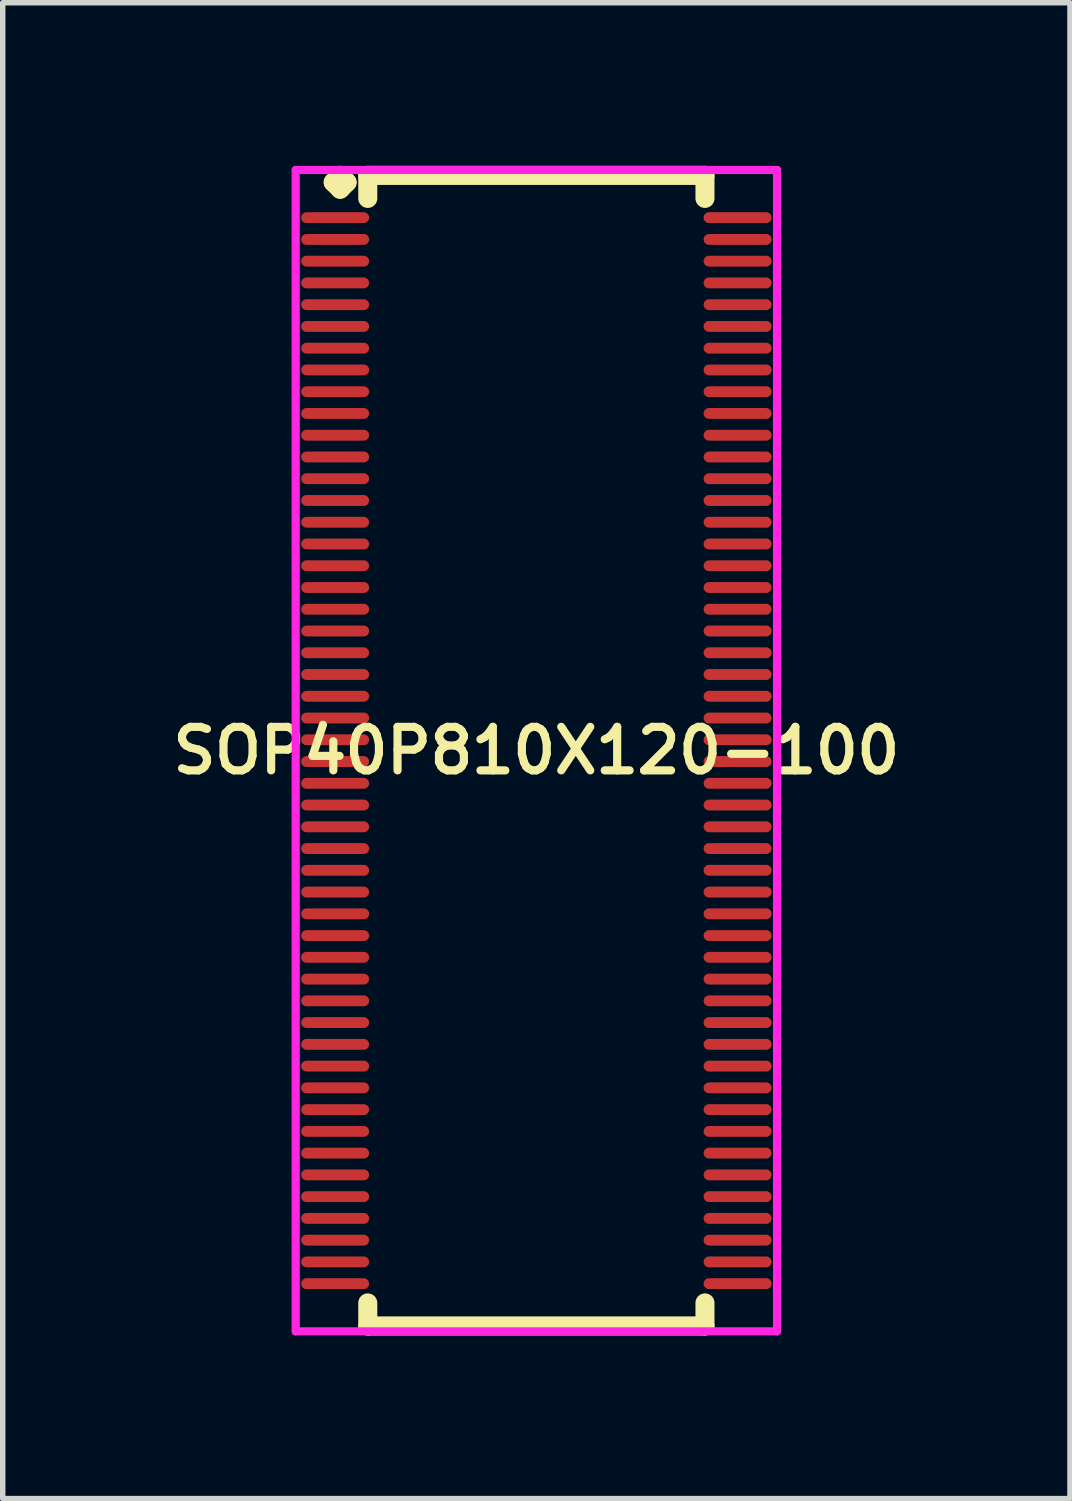
<source format=kicad_pcb>
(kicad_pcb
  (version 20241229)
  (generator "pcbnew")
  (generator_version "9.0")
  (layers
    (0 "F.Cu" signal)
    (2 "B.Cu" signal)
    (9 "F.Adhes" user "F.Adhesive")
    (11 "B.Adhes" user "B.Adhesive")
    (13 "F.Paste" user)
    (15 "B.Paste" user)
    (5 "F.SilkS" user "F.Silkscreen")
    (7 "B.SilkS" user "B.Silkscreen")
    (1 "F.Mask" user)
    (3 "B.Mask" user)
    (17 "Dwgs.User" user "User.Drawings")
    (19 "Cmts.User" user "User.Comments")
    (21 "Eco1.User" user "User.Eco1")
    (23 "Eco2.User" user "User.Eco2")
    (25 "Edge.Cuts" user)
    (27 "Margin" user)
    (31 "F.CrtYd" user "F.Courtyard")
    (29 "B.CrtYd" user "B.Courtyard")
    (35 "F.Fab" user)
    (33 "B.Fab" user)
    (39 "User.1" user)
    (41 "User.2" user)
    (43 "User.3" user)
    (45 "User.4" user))
  (footprint "SOP40P810X120-100"
    (layer "F.Cu")
    (at 6.812 10.752)
    (property "Reference" "SOP40P810X120-100" (at 0 0 0) (layer "F.SilkS") (effects (font (size 0.8 0.8) (thickness 0.15))))
    (attr smd)
    (fp_line (start -3.735 -10.45) (end -3.608 -10.577) (stroke (width 0.35) (type solid)) (layer "F.SilkS"))
    (fp_line (start -3.608 -10.577) (end -3.481 -10.45) (stroke (width 0.35) (type solid)) (layer "F.SilkS"))
    (fp_line (start -3.608 -10.323) (end -3.735 -10.45) (stroke (width 0.35) (type solid)) (layer "F.SilkS"))
    (fp_line (start -3.481 -10.45) (end -3.608 -10.323) (stroke (width 0.35) (type solid)) (layer "F.SilkS"))
    (fp_line (start -3.1 -10.577) (end 3.1 -10.577) (stroke (width 0.35) (type solid)) (layer "F.SilkS"))
    (fp_line (start -3.1 -10.154) (end -3.1 -10.577) (stroke (width 0.35) (type solid)) (layer "F.SilkS"))
    (fp_line (start -3.1 10.154) (end -3.1 10.577) (stroke (width 0.35) (type solid)) (layer "F.SilkS"))
    (fp_line (start -3.1 10.577) (end 3.1 10.577) (stroke (width 0.35) (type solid)) (layer "F.SilkS"))
    (fp_line (start 3.1 -10.577) (end 3.1 -10.154) (stroke (width 0.35) (type solid)) (layer "F.SilkS"))
    (fp_line (start 3.1 10.577) (end 3.1 10.154) (stroke (width 0.35) (type solid)) (layer "F.SilkS"))
    (fp_line (start -4.425 -10.677) (end 4.425 -10.677) (stroke (width 0.15) (type solid)) (layer "F.CrtYd"))
    (fp_line (start -4.425 10.677) (end -4.425 -10.677) (stroke (width 0.15) (type solid)) (layer "F.CrtYd"))
    (fp_line (start 4.425 -10.677) (end 4.425 10.677) (stroke (width 0.15) (type solid)) (layer "F.CrtYd"))
    (fp_line (start 4.425 10.677) (end -4.425 10.677) (stroke (width 0.15) (type solid)) (layer "F.CrtYd"))
    (pad "1" smd oval (at -3.7 -9.8) (size 1.25 0.2) (layers "F.Cu" "F.Mask" "F.Paste"))
    (pad "2" smd oval (at -3.7 -9.4) (size 1.25 0.2) (layers "F.Cu" "F.Mask" "F.Paste"))
    (pad "3" smd oval (at -3.7 -9) (size 1.25 0.2) (layers "F.Cu" "F.Mask" "F.Paste"))
    (pad "4" smd oval (at -3.7 -8.6) (size 1.25 0.2) (layers "F.Cu" "F.Mask" "F.Paste"))
    (pad "5" smd oval (at -3.7 -8.2) (size 1.25 0.2) (layers "F.Cu" "F.Mask" "F.Paste"))
    (pad "6" smd oval (at -3.7 -7.8) (size 1.25 0.2) (layers "F.Cu" "F.Mask" "F.Paste"))
    (pad "7" smd oval (at -3.7 -7.4) (size 1.25 0.2) (layers "F.Cu" "F.Mask" "F.Paste"))
    (pad "8" smd oval (at -3.7 -7) (size 1.25 0.2) (layers "F.Cu" "F.Mask" "F.Paste"))
    (pad "9" smd oval (at -3.7 -6.6) (size 1.25 0.2) (layers "F.Cu" "F.Mask" "F.Paste"))
    (pad "10" smd oval (at -3.7 -6.2) (size 1.25 0.2) (layers "F.Cu" "F.Mask" "F.Paste"))
    (pad "11" smd oval (at -3.7 -5.8) (size 1.25 0.2) (layers "F.Cu" "F.Mask" "F.Paste"))
    (pad "12" smd oval (at -3.7 -5.4) (size 1.25 0.2) (layers "F.Cu" "F.Mask" "F.Paste"))
    (pad "13" smd oval (at -3.7 -5) (size 1.25 0.2) (layers "F.Cu" "F.Mask" "F.Paste"))
    (pad "14" smd oval (at -3.7 -4.6) (size 1.25 0.2) (layers "F.Cu" "F.Mask" "F.Paste"))
    (pad "15" smd oval (at -3.7 -4.2) (size 1.25 0.2) (layers "F.Cu" "F.Mask" "F.Paste"))
    (pad "16" smd oval (at -3.7 -3.8) (size 1.25 0.2) (layers "F.Cu" "F.Mask" "F.Paste"))
    (pad "17" smd oval (at -3.7 -3.4) (size 1.25 0.2) (layers "F.Cu" "F.Mask" "F.Paste"))
    (pad "18" smd oval (at -3.7 -3) (size 1.25 0.2) (layers "F.Cu" "F.Mask" "F.Paste"))
    (pad "19" smd oval (at -3.7 -2.6) (size 1.25 0.2) (layers "F.Cu" "F.Mask" "F.Paste"))
    (pad "20" smd oval (at -3.7 -2.2) (size 1.25 0.2) (layers "F.Cu" "F.Mask" "F.Paste"))
    (pad "21" smd oval (at -3.7 -1.8) (size 1.25 0.2) (layers "F.Cu" "F.Mask" "F.Paste"))
    (pad "22" smd oval (at -3.7 -1.4) (size 1.25 0.2) (layers "F.Cu" "F.Mask" "F.Paste"))
    (pad "23" smd oval (at -3.7 -1) (size 1.25 0.2) (layers "F.Cu" "F.Mask" "F.Paste"))
    (pad "24" smd oval (at -3.7 -0.6) (size 1.25 0.2) (layers "F.Cu" "F.Mask" "F.Paste"))
    (pad "25" smd oval (at -3.7 -0.2) (size 1.25 0.2) (layers "F.Cu" "F.Mask" "F.Paste"))
    (pad "26" smd oval (at -3.7 0.2) (size 1.25 0.2) (layers "F.Cu" "F.Mask" "F.Paste"))
    (pad "27" smd oval (at -3.7 0.6) (size 1.25 0.2) (layers "F.Cu" "F.Mask" "F.Paste"))
    (pad "28" smd oval (at -3.7 1) (size 1.25 0.2) (layers "F.Cu" "F.Mask" "F.Paste"))
    (pad "29" smd oval (at -3.7 1.4) (size 1.25 0.2) (layers "F.Cu" "F.Mask" "F.Paste"))
    (pad "30" smd oval (at -3.7 1.8) (size 1.25 0.2) (layers "F.Cu" "F.Mask" "F.Paste"))
    (pad "31" smd oval (at -3.7 2.2) (size 1.25 0.2) (layers "F.Cu" "F.Mask" "F.Paste"))
    (pad "32" smd oval (at -3.7 2.6) (size 1.25 0.2) (layers "F.Cu" "F.Mask" "F.Paste"))
    (pad "33" smd oval (at -3.7 3) (size 1.25 0.2) (layers "F.Cu" "F.Mask" "F.Paste"))
    (pad "34" smd oval (at -3.7 3.4) (size 1.25 0.2) (layers "F.Cu" "F.Mask" "F.Paste"))
    (pad "35" smd oval (at -3.7 3.8) (size 1.25 0.2) (layers "F.Cu" "F.Mask" "F.Paste"))
    (pad "36" smd oval (at -3.7 4.2) (size 1.25 0.2) (layers "F.Cu" "F.Mask" "F.Paste"))
    (pad "37" smd oval (at -3.7 4.6) (size 1.25 0.2) (layers "F.Cu" "F.Mask" "F.Paste"))
    (pad "38" smd oval (at -3.7 5) (size 1.25 0.2) (layers "F.Cu" "F.Mask" "F.Paste"))
    (pad "39" smd oval (at -3.7 5.4) (size 1.25 0.2) (layers "F.Cu" "F.Mask" "F.Paste"))
    (pad "40" smd oval (at -3.7 5.8) (size 1.25 0.2) (layers "F.Cu" "F.Mask" "F.Paste"))
    (pad "41" smd oval (at -3.7 6.2) (size 1.25 0.2) (layers "F.Cu" "F.Mask" "F.Paste"))
    (pad "42" smd oval (at -3.7 6.6) (size 1.25 0.2) (layers "F.Cu" "F.Mask" "F.Paste"))
    (pad "43" smd oval (at -3.7 7) (size 1.25 0.2) (layers "F.Cu" "F.Mask" "F.Paste"))
    (pad "44" smd oval (at -3.7 7.4) (size 1.25 0.2) (layers "F.Cu" "F.Mask" "F.Paste"))
    (pad "45" smd oval (at -3.7 7.8) (size 1.25 0.2) (layers "F.Cu" "F.Mask" "F.Paste"))
    (pad "46" smd oval (at -3.7 8.2) (size 1.25 0.2) (layers "F.Cu" "F.Mask" "F.Paste"))
    (pad "47" smd oval (at -3.7 8.6) (size 1.25 0.2) (layers "F.Cu" "F.Mask" "F.Paste"))
    (pad "48" smd oval (at -3.7 9) (size 1.25 0.2) (layers "F.Cu" "F.Mask" "F.Paste"))
    (pad "49" smd oval (at -3.7 9.4) (size 1.25 0.2) (layers "F.Cu" "F.Mask" "F.Paste"))
    (pad "50" smd oval (at -3.7 9.8) (size 1.25 0.2) (layers "F.Cu" "F.Mask" "F.Paste"))
    (pad "51" smd oval (at 3.7 9.8) (size 1.25 0.2) (layers "F.Cu" "F.Mask" "F.Paste"))
    (pad "52" smd oval (at 3.7 9.4) (size 1.25 0.2) (layers "F.Cu" "F.Mask" "F.Paste"))
    (pad "53" smd oval (at 3.7 9) (size 1.25 0.2) (layers "F.Cu" "F.Mask" "F.Paste"))
    (pad "54" smd oval (at 3.7 8.6) (size 1.25 0.2) (layers "F.Cu" "F.Mask" "F.Paste"))
    (pad "55" smd oval (at 3.7 8.2) (size 1.25 0.2) (layers "F.Cu" "F.Mask" "F.Paste"))
    (pad "56" smd oval (at 3.7 7.8) (size 1.25 0.2) (layers "F.Cu" "F.Mask" "F.Paste"))
    (pad "57" smd oval (at 3.7 7.4) (size 1.25 0.2) (layers "F.Cu" "F.Mask" "F.Paste"))
    (pad "58" smd oval (at 3.7 7) (size 1.25 0.2) (layers "F.Cu" "F.Mask" "F.Paste"))
    (pad "59" smd oval (at 3.7 6.6) (size 1.25 0.2) (layers "F.Cu" "F.Mask" "F.Paste"))
    (pad "60" smd oval (at 3.7 6.2) (size 1.25 0.2) (layers "F.Cu" "F.Mask" "F.Paste"))
    (pad "61" smd oval (at 3.7 5.8) (size 1.25 0.2) (layers "F.Cu" "F.Mask" "F.Paste"))
    (pad "62" smd oval (at 3.7 5.4) (size 1.25 0.2) (layers "F.Cu" "F.Mask" "F.Paste"))
    (pad "63" smd oval (at 3.7 5) (size 1.25 0.2) (layers "F.Cu" "F.Mask" "F.Paste"))
    (pad "64" smd oval (at 3.7 4.6) (size 1.25 0.2) (layers "F.Cu" "F.Mask" "F.Paste"))
    (pad "65" smd oval (at 3.7 4.2) (size 1.25 0.2) (layers "F.Cu" "F.Mask" "F.Paste"))
    (pad "66" smd oval (at 3.7 3.8) (size 1.25 0.2) (layers "F.Cu" "F.Mask" "F.Paste"))
    (pad "67" smd oval (at 3.7 3.4) (size 1.25 0.2) (layers "F.Cu" "F.Mask" "F.Paste"))
    (pad "68" smd oval (at 3.7 3) (size 1.25 0.2) (layers "F.Cu" "F.Mask" "F.Paste"))
    (pad "69" smd oval (at 3.7 2.6) (size 1.25 0.2) (layers "F.Cu" "F.Mask" "F.Paste"))
    (pad "70" smd oval (at 3.7 2.2) (size 1.25 0.2) (layers "F.Cu" "F.Mask" "F.Paste"))
    (pad "71" smd oval (at 3.7 1.8) (size 1.25 0.2) (layers "F.Cu" "F.Mask" "F.Paste"))
    (pad "72" smd oval (at 3.7 1.4) (size 1.25 0.2) (layers "F.Cu" "F.Mask" "F.Paste"))
    (pad "73" smd oval (at 3.7 1) (size 1.25 0.2) (layers "F.Cu" "F.Mask" "F.Paste"))
    (pad "74" smd oval (at 3.7 0.6) (size 1.25 0.2) (layers "F.Cu" "F.Mask" "F.Paste"))
    (pad "75" smd oval (at 3.7 0.2) (size 1.25 0.2) (layers "F.Cu" "F.Mask" "F.Paste"))
    (pad "76" smd oval (at 3.7 -0.2) (size 1.25 0.2) (layers "F.Cu" "F.Mask" "F.Paste"))
    (pad "77" smd oval (at 3.7 -0.6) (size 1.25 0.2) (layers "F.Cu" "F.Mask" "F.Paste"))
    (pad "78" smd oval (at 3.7 -1) (size 1.25 0.2) (layers "F.Cu" "F.Mask" "F.Paste"))
    (pad "79" smd oval (at 3.7 -1.4) (size 1.25 0.2) (layers "F.Cu" "F.Mask" "F.Paste"))
    (pad "80" smd oval (at 3.7 -1.8) (size 1.25 0.2) (layers "F.Cu" "F.Mask" "F.Paste"))
    (pad "81" smd oval (at 3.7 -2.2) (size 1.25 0.2) (layers "F.Cu" "F.Mask" "F.Paste"))
    (pad "82" smd oval (at 3.7 -2.6) (size 1.25 0.2) (layers "F.Cu" "F.Mask" "F.Paste"))
    (pad "83" smd oval (at 3.7 -3) (size 1.25 0.2) (layers "F.Cu" "F.Mask" "F.Paste"))
    (pad "84" smd oval (at 3.7 -3.4) (size 1.25 0.2) (layers "F.Cu" "F.Mask" "F.Paste"))
    (pad "85" smd oval (at 3.7 -3.8) (size 1.25 0.2) (layers "F.Cu" "F.Mask" "F.Paste"))
    (pad "86" smd oval (at 3.7 -4.2) (size 1.25 0.2) (layers "F.Cu" "F.Mask" "F.Paste"))
    (pad "87" smd oval (at 3.7 -4.6) (size 1.25 0.2) (layers "F.Cu" "F.Mask" "F.Paste"))
    (pad "88" smd oval (at 3.7 -5) (size 1.25 0.2) (layers "F.Cu" "F.Mask" "F.Paste"))
    (pad "89" smd oval (at 3.7 -5.4) (size 1.25 0.2) (layers "F.Cu" "F.Mask" "F.Paste"))
    (pad "90" smd oval (at 3.7 -5.8) (size 1.25 0.2) (layers "F.Cu" "F.Mask" "F.Paste"))
    (pad "91" smd oval (at 3.7 -6.2) (size 1.25 0.2) (layers "F.Cu" "F.Mask" "F.Paste"))
    (pad "92" smd oval (at 3.7 -6.6) (size 1.25 0.2) (layers "F.Cu" "F.Mask" "F.Paste"))
    (pad "93" smd oval (at 3.7 -7) (size 1.25 0.2) (layers "F.Cu" "F.Mask" "F.Paste"))
    (pad "94" smd oval (at 3.7 -7.4) (size 1.25 0.2) (layers "F.Cu" "F.Mask" "F.Paste"))
    (pad "95" smd oval (at 3.7 -7.8) (size 1.25 0.2) (layers "F.Cu" "F.Mask" "F.Paste"))
    (pad "96" smd oval (at 3.7 -8.2) (size 1.25 0.2) (layers "F.Cu" "F.Mask" "F.Paste"))
    (pad "97" smd oval (at 3.7 -8.6) (size 1.25 0.2) (layers "F.Cu" "F.Mask" "F.Paste"))
    (pad "98" smd oval (at 3.7 -9) (size 1.25 0.2) (layers "F.Cu" "F.Mask" "F.Paste"))
    (pad "99" smd oval (at 3.7 -9.4) (size 1.25 0.2) (layers "F.Cu" "F.Mask" "F.Paste"))
    (pad "100" smd oval (at 3.7 -9.8) (size 1.25 0.2) (layers "F.Cu" "F.Mask" "F.Paste")))
  (gr_rect
    (start -3 -3)
    (end 16.623 24.504)
    (stroke (width 0.1) (type default))
    (fill no)
    (layer "Edge.Cuts")))
</source>
